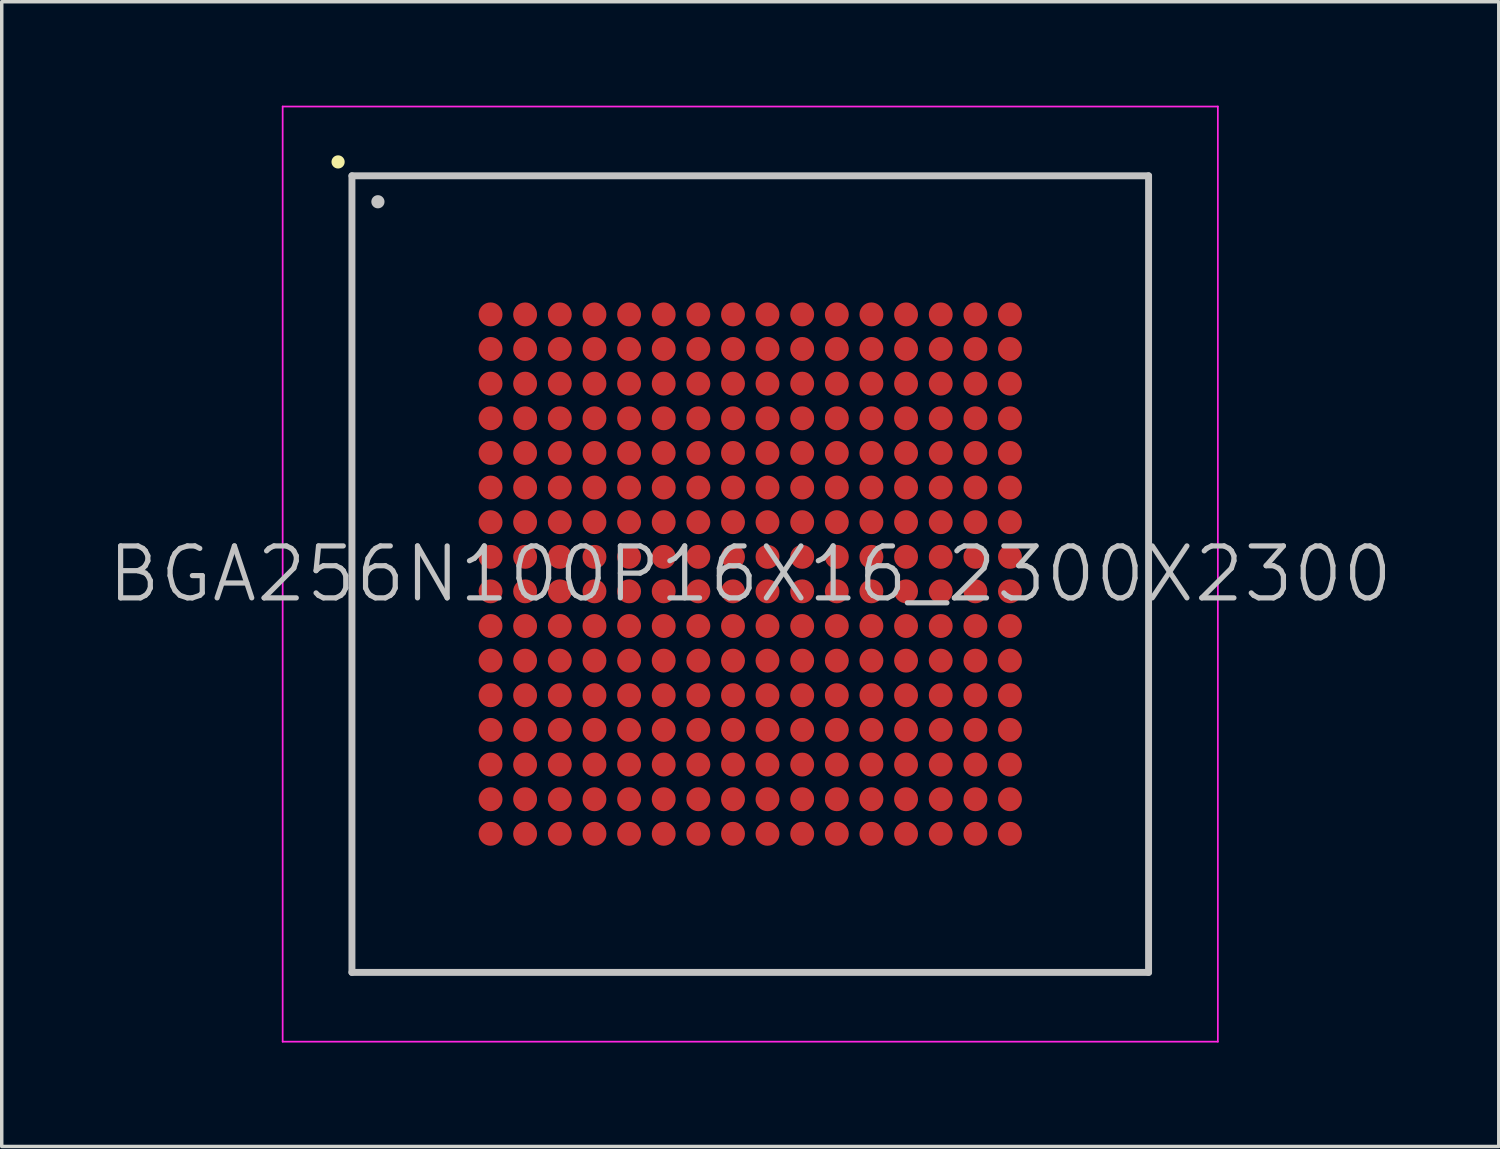
<source format=kicad_pcb>
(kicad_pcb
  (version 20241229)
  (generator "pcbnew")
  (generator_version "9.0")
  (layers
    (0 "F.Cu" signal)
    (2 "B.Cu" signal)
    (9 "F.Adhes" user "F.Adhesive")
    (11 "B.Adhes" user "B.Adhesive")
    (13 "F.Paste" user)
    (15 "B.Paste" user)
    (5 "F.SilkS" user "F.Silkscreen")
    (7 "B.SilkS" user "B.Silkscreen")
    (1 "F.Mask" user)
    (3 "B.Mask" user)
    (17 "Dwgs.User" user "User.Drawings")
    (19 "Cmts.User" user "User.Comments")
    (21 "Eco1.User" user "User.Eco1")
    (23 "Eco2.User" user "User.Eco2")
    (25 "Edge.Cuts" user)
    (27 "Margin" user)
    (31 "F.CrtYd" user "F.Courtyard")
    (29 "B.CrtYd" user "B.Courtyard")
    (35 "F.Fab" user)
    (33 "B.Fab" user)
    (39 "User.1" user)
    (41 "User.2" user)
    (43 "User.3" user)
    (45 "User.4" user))
  (footprint "BGA256N100P16X16_2300X2300"
    (layer "F.Cu")
    (at 18.611 13.525)
    (property "Reference" "BGA256N100P16X16_2300X2300" (at 0 0 0) (layer "Dwgs.User") (effects (font (size 1.5 1.5) (thickness 0.15))))
    (attr smd)
    (fp_line (start -11.9 -11.9) (end -11.9 -11.9) (stroke (width 0.381) (type solid)) (layer "F.SilkS"))
    (fp_line (start -11.5 -11.5) (end -11.5 11.5) (stroke (width 0.2) (type solid)) (layer "Dwgs.User"))
    (fp_line (start -11.5 -11.5) (end 11.5 -11.5) (stroke (width 0.2) (type solid)) (layer "Dwgs.User"))
    (fp_line (start -11.5 11.5) (end 11.5 11.5) (stroke (width 0.2) (type solid)) (layer "Dwgs.User"))
    (fp_line (start -10.75 -10.75) (end -10.75 -10.75) (stroke (width 0.381) (type solid)) (layer "Dwgs.User"))
    (fp_line (start 11.5 -11.5) (end 11.5 11.5) (stroke (width 0.2) (type solid)) (layer "Dwgs.User"))
    (fp_line (start -13.5 -13.5) (end -13.5 13.5) (stroke (width 0.05) (type solid)) (layer "F.CrtYd"))
    (fp_line (start -13.5 -13.5) (end 13.5 -13.5) (stroke (width 0.05) (type solid)) (layer "F.CrtYd"))
    (fp_line (start -13.5 13.5) (end 13.5 13.5) (stroke (width 0.05) (type solid)) (layer "F.CrtYd"))
    (fp_line (start 13.5 -13.5) (end 13.5 13.5) (stroke (width 0.05) (type solid)) (layer "F.CrtYd"))
    (pad "A1" smd circle (at -7.498 -7.498 270) (size 0.69 0.69) (layers "F.Cu" "F.Mask" "F.Paste"))
    (pad "A2" smd circle (at -6.5 -7.498 270) (size 0.69 0.69) (layers "F.Cu" "F.Mask" "F.Paste"))
    (pad "A3" smd circle (at -5.499 -7.498 270) (size 0.69 0.69) (layers "F.Cu" "F.Mask" "F.Paste"))
    (pad "A4" smd circle (at -4.498 -7.498 270) (size 0.69 0.69) (layers "F.Cu" "F.Mask" "F.Paste"))
    (pad "A5" smd circle (at -3.498 -7.498 270) (size 0.69 0.69) (layers "F.Cu" "F.Mask" "F.Paste"))
    (pad "A6" smd circle (at -2.499 -7.498 270) (size 0.69 0.69) (layers "F.Cu" "F.Mask" "F.Paste"))
    (pad "A7" smd circle (at -1.499 -7.498 270) (size 0.69 0.69) (layers "F.Cu" "F.Mask" "F.Paste"))
    (pad "A8" smd circle (at -0.498 -7.498 270) (size 0.69 0.69) (layers "F.Cu" "F.Mask" "F.Paste"))
    (pad "A9" smd circle (at 0.498 -7.498 270) (size 0.69 0.69) (layers "F.Cu" "F.Mask" "F.Paste"))
    (pad "A10" smd circle (at 1.499 -7.498 270) (size 0.69 0.69) (layers "F.Cu" "F.Mask" "F.Paste"))
    (pad "A11" smd circle (at 2.499 -7.498 270) (size 0.69 0.69) (layers "F.Cu" "F.Mask" "F.Paste"))
    (pad "A12" smd circle (at 3.498 -7.498 270) (size 0.69 0.69) (layers "F.Cu" "F.Mask" "F.Paste"))
    (pad "A13" smd circle (at 4.498 -7.498 270) (size 0.69 0.69) (layers "F.Cu" "F.Mask" "F.Paste"))
    (pad "A14" smd circle (at 5.499 -7.498 270) (size 0.69 0.69) (layers "F.Cu" "F.Mask" "F.Paste"))
    (pad "A15" smd circle (at 6.5 -7.498 270) (size 0.69 0.69) (layers "F.Cu" "F.Mask" "F.Paste"))
    (pad "A16" smd circle (at 7.498 -7.498 270) (size 0.69 0.69) (layers "F.Cu" "F.Mask" "F.Paste"))
    (pad "B1" smd circle (at -7.498 -6.5 270) (size 0.69 0.69) (layers "F.Cu" "F.Mask" "F.Paste"))
    (pad "B2" smd circle (at -6.5 -6.5 270) (size 0.69 0.69) (layers "F.Cu" "F.Mask" "F.Paste"))
    (pad "B3" smd circle (at -5.499 -6.5 270) (size 0.69 0.69) (layers "F.Cu" "F.Mask" "F.Paste"))
    (pad "B4" smd circle (at -4.498 -6.5 270) (size 0.69 0.69) (layers "F.Cu" "F.Mask" "F.Paste"))
    (pad "B5" smd circle (at -3.498 -6.5 270) (size 0.69 0.69) (layers "F.Cu" "F.Mask" "F.Paste"))
    (pad "B6" smd circle (at -2.499 -6.5 270) (size 0.69 0.69) (layers "F.Cu" "F.Mask" "F.Paste"))
    (pad "B7" smd circle (at -1.499 -6.5 270) (size 0.69 0.69) (layers "F.Cu" "F.Mask" "F.Paste"))
    (pad "B8" smd circle (at -0.498 -6.5 270) (size 0.69 0.69) (layers "F.Cu" "F.Mask" "F.Paste"))
    (pad "B9" smd circle (at 0.498 -6.5 270) (size 0.69 0.69) (layers "F.Cu" "F.Mask" "F.Paste"))
    (pad "B10" smd circle (at 1.499 -6.5 270) (size 0.69 0.69) (layers "F.Cu" "F.Mask" "F.Paste"))
    (pad "B11" smd circle (at 2.499 -6.5 270) (size 0.69 0.69) (layers "F.Cu" "F.Mask" "F.Paste"))
    (pad "B12" smd circle (at 3.498 -6.5 270) (size 0.69 0.69) (layers "F.Cu" "F.Mask" "F.Paste"))
    (pad "B13" smd circle (at 4.498 -6.5 270) (size 0.69 0.69) (layers "F.Cu" "F.Mask" "F.Paste"))
    (pad "B14" smd circle (at 5.499 -6.5 270) (size 0.69 0.69) (layers "F.Cu" "F.Mask" "F.Paste"))
    (pad "B15" smd circle (at 6.5 -6.5 270) (size 0.69 0.69) (layers "F.Cu" "F.Mask" "F.Paste"))
    (pad "B16" smd circle (at 7.498 -6.5 270) (size 0.69 0.69) (layers "F.Cu" "F.Mask" "F.Paste"))
    (pad "C1" smd circle (at -7.498 -5.499 270) (size 0.69 0.69) (layers "F.Cu" "F.Mask" "F.Paste"))
    (pad "C2" smd circle (at -6.5 -5.499 270) (size 0.69 0.69) (layers "F.Cu" "F.Mask" "F.Paste"))
    (pad "C3" smd circle (at -5.499 -5.499 270) (size 0.69 0.69) (layers "F.Cu" "F.Mask" "F.Paste"))
    (pad "C4" smd circle (at -4.498 -5.499 270) (size 0.69 0.69) (layers "F.Cu" "F.Mask" "F.Paste"))
    (pad "C5" smd circle (at -3.498 -5.499 270) (size 0.69 0.69) (layers "F.Cu" "F.Mask" "F.Paste"))
    (pad "C6" smd circle (at -2.499 -5.499 270) (size 0.69 0.69) (layers "F.Cu" "F.Mask" "F.Paste"))
    (pad "C7" smd circle (at -1.499 -5.499 270) (size 0.69 0.69) (layers "F.Cu" "F.Mask" "F.Paste"))
    (pad "C8" smd circle (at -0.498 -5.499 270) (size 0.69 0.69) (layers "F.Cu" "F.Mask" "F.Paste"))
    (pad "C9" smd circle (at 0.498 -5.499 270) (size 0.69 0.69) (layers "F.Cu" "F.Mask" "F.Paste"))
    (pad "C10" smd circle (at 1.499 -5.499 270) (size 0.69 0.69) (layers "F.Cu" "F.Mask" "F.Paste"))
    (pad "C11" smd circle (at 2.499 -5.499 270) (size 0.69 0.69) (layers "F.Cu" "F.Mask" "F.Paste"))
    (pad "C12" smd circle (at 3.498 -5.499 270) (size 0.69 0.69) (layers "F.Cu" "F.Mask" "F.Paste"))
    (pad "C13" smd circle (at 4.498 -5.499 270) (size 0.69 0.69) (layers "F.Cu" "F.Mask" "F.Paste"))
    (pad "C14" smd circle (at 5.499 -5.499 270) (size 0.69 0.69) (layers "F.Cu" "F.Mask" "F.Paste"))
    (pad "C15" smd circle (at 6.5 -5.499 270) (size 0.69 0.69) (layers "F.Cu" "F.Mask" "F.Paste"))
    (pad "C16" smd circle (at 7.498 -5.499 270) (size 0.69 0.69) (layers "F.Cu" "F.Mask" "F.Paste"))
    (pad "D1" smd circle (at -7.498 -4.498 270) (size 0.69 0.69) (layers "F.Cu" "F.Mask" "F.Paste"))
    (pad "D2" smd circle (at -6.5 -4.498 270) (size 0.69 0.69) (layers "F.Cu" "F.Mask" "F.Paste"))
    (pad "D3" smd circle (at -5.499 -4.498 270) (size 0.69 0.69) (layers "F.Cu" "F.Mask" "F.Paste"))
    (pad "D4" smd circle (at -4.498 -4.498 270) (size 0.69 0.69) (layers "F.Cu" "F.Mask" "F.Paste"))
    (pad "D5" smd circle (at -3.498 -4.498 270) (size 0.69 0.69) (layers "F.Cu" "F.Mask" "F.Paste"))
    (pad "D6" smd circle (at -2.499 -4.498 270) (size 0.69 0.69) (layers "F.Cu" "F.Mask" "F.Paste"))
    (pad "D7" smd circle (at -1.499 -4.498 270) (size 0.69 0.69) (layers "F.Cu" "F.Mask" "F.Paste"))
    (pad "D8" smd circle (at -0.498 -4.498 270) (size 0.69 0.69) (layers "F.Cu" "F.Mask" "F.Paste"))
    (pad "D9" smd circle (at 0.498 -4.498 270) (size 0.69 0.69) (layers "F.Cu" "F.Mask" "F.Paste"))
    (pad "D10" smd circle (at 1.499 -4.498 270) (size 0.69 0.69) (layers "F.Cu" "F.Mask" "F.Paste"))
    (pad "D11" smd circle (at 2.499 -4.498 270) (size 0.69 0.69) (layers "F.Cu" "F.Mask" "F.Paste"))
    (pad "D12" smd circle (at 3.498 -4.498 270) (size 0.69 0.69) (layers "F.Cu" "F.Mask" "F.Paste"))
    (pad "D13" smd circle (at 4.498 -4.498 270) (size 0.69 0.69) (layers "F.Cu" "F.Mask" "F.Paste"))
    (pad "D14" smd circle (at 5.499 -4.498 270) (size 0.69 0.69) (layers "F.Cu" "F.Mask" "F.Paste"))
    (pad "D15" smd circle (at 6.5 -4.498 270) (size 0.69 0.69) (layers "F.Cu" "F.Mask" "F.Paste"))
    (pad "D16" smd circle (at 7.498 -4.498 270) (size 0.69 0.69) (layers "F.Cu" "F.Mask" "F.Paste"))
    (pad "E1" smd circle (at -7.498 -3.498 270) (size 0.69 0.69) (layers "F.Cu" "F.Mask" "F.Paste"))
    (pad "E2" smd circle (at -6.5 -3.498 270) (size 0.69 0.69) (layers "F.Cu" "F.Mask" "F.Paste"))
    (pad "E3" smd circle (at -5.499 -3.498 270) (size 0.69 0.69) (layers "F.Cu" "F.Mask" "F.Paste"))
    (pad "E4" smd circle (at -4.498 -3.498 270) (size 0.69 0.69) (layers "F.Cu" "F.Mask" "F.Paste"))
    (pad "E5" smd circle (at -3.498 -3.498 270) (size 0.69 0.69) (layers "F.Cu" "F.Mask" "F.Paste"))
    (pad "E6" smd circle (at -2.499 -3.498 270) (size 0.69 0.69) (layers "F.Cu" "F.Mask" "F.Paste"))
    (pad "E7" smd circle (at -1.499 -3.498 270) (size 0.69 0.69) (layers "F.Cu" "F.Mask" "F.Paste"))
    (pad "E8" smd circle (at -0.498 -3.498 270) (size 0.69 0.69) (layers "F.Cu" "F.Mask" "F.Paste"))
    (pad "E9" smd circle (at 0.498 -3.498 270) (size 0.69 0.69) (layers "F.Cu" "F.Mask" "F.Paste"))
    (pad "E10" smd circle (at 1.499 -3.498 270) (size 0.69 0.69) (layers "F.Cu" "F.Mask" "F.Paste"))
    (pad "E11" smd circle (at 2.499 -3.498 270) (size 0.69 0.69) (layers "F.Cu" "F.Mask" "F.Paste"))
    (pad "E12" smd circle (at 3.498 -3.498 270) (size 0.69 0.69) (layers "F.Cu" "F.Mask" "F.Paste"))
    (pad "E13" smd circle (at 4.498 -3.498 270) (size 0.69 0.69) (layers "F.Cu" "F.Mask" "F.Paste"))
    (pad "E14" smd circle (at 5.499 -3.498 270) (size 0.69 0.69) (layers "F.Cu" "F.Mask" "F.Paste"))
    (pad "E15" smd circle (at 6.5 -3.498 270) (size 0.69 0.69) (layers "F.Cu" "F.Mask" "F.Paste"))
    (pad "E16" smd circle (at 7.498 -3.498 270) (size 0.69 0.69) (layers "F.Cu" "F.Mask" "F.Paste"))
    (pad "F1" smd circle (at -7.498 -2.499 270) (size 0.69 0.69) (layers "F.Cu" "F.Mask" "F.Paste"))
    (pad "F2" smd circle (at -6.5 -2.499 270) (size 0.69 0.69) (layers "F.Cu" "F.Mask" "F.Paste"))
    (pad "F3" smd circle (at -5.499 -2.499 270) (size 0.69 0.69) (layers "F.Cu" "F.Mask" "F.Paste"))
    (pad "F4" smd circle (at -4.498 -2.499 270) (size 0.69 0.69) (layers "F.Cu" "F.Mask" "F.Paste"))
    (pad "F5" smd circle (at -3.498 -2.499 270) (size 0.69 0.69) (layers "F.Cu" "F.Mask" "F.Paste"))
    (pad "F6" smd circle (at -2.499 -2.499 270) (size 0.69 0.69) (layers "F.Cu" "F.Mask" "F.Paste"))
    (pad "F7" smd circle (at -1.499 -2.499 270) (size 0.69 0.69) (layers "F.Cu" "F.Mask" "F.Paste"))
    (pad "F8" smd circle (at -0.498 -2.499 270) (size 0.69 0.69) (layers "F.Cu" "F.Mask" "F.Paste"))
    (pad "F9" smd circle (at 0.498 -2.499 270) (size 0.69 0.69) (layers "F.Cu" "F.Mask" "F.Paste"))
    (pad "F10" smd circle (at 1.499 -2.499 270) (size 0.69 0.69) (layers "F.Cu" "F.Mask" "F.Paste"))
    (pad "F11" smd circle (at 2.499 -2.499 270) (size 0.69 0.69) (layers "F.Cu" "F.Mask" "F.Paste"))
    (pad "F12" smd circle (at 3.498 -2.499 270) (size 0.69 0.69) (layers "F.Cu" "F.Mask" "F.Paste"))
    (pad "F13" smd circle (at 4.498 -2.499 270) (size 0.69 0.69) (layers "F.Cu" "F.Mask" "F.Paste"))
    (pad "F14" smd circle (at 5.499 -2.499 270) (size 0.69 0.69) (layers "F.Cu" "F.Mask" "F.Paste"))
    (pad "F15" smd circle (at 6.5 -2.499 270) (size 0.69 0.69) (layers "F.Cu" "F.Mask" "F.Paste"))
    (pad "F16" smd circle (at 7.498 -2.499 270) (size 0.69 0.69) (layers "F.Cu" "F.Mask" "F.Paste"))
    (pad "G1" smd circle (at -7.498 -1.499 270) (size 0.69 0.69) (layers "F.Cu" "F.Mask" "F.Paste"))
    (pad "G2" smd circle (at -6.5 -1.499 270) (size 0.69 0.69) (layers "F.Cu" "F.Mask" "F.Paste"))
    (pad "G3" smd circle (at -5.499 -1.499 270) (size 0.69 0.69) (layers "F.Cu" "F.Mask" "F.Paste"))
    (pad "G4" smd circle (at -4.498 -1.499 270) (size 0.69 0.69) (layers "F.Cu" "F.Mask" "F.Paste"))
    (pad "G5" smd circle (at -3.498 -1.499 270) (size 0.69 0.69) (layers "F.Cu" "F.Mask" "F.Paste"))
    (pad "G6" smd circle (at -2.499 -1.499 270) (size 0.69 0.69) (layers "F.Cu" "F.Mask" "F.Paste"))
    (pad "G7" smd circle (at -1.499 -1.499 270) (size 0.69 0.69) (layers "F.Cu" "F.Mask" "F.Paste"))
    (pad "G8" smd circle (at -0.498 -1.499 270) (size 0.69 0.69) (layers "F.Cu" "F.Mask" "F.Paste"))
    (pad "G9" smd circle (at 0.498 -1.499 270) (size 0.69 0.69) (layers "F.Cu" "F.Mask" "F.Paste"))
    (pad "G10" smd circle (at 1.499 -1.499 270) (size 0.69 0.69) (layers "F.Cu" "F.Mask" "F.Paste"))
    (pad "G11" smd circle (at 2.499 -1.499 270) (size 0.69 0.69) (layers "F.Cu" "F.Mask" "F.Paste"))
    (pad "G12" smd circle (at 3.498 -1.499 270) (size 0.69 0.69) (layers "F.Cu" "F.Mask" "F.Paste"))
    (pad "G13" smd circle (at 4.498 -1.499 270) (size 0.69 0.69) (layers "F.Cu" "F.Mask" "F.Paste"))
    (pad "G14" smd circle (at 5.499 -1.499 270) (size 0.69 0.69) (layers "F.Cu" "F.Mask" "F.Paste"))
    (pad "G15" smd circle (at 6.5 -1.499 270) (size 0.69 0.69) (layers "F.Cu" "F.Mask" "F.Paste"))
    (pad "G16" smd circle (at 7.498 -1.499 270) (size 0.69 0.69) (layers "F.Cu" "F.Mask" "F.Paste"))
    (pad "H1" smd circle (at -7.498 -0.498 270) (size 0.69 0.69) (layers "F.Cu" "F.Mask" "F.Paste"))
    (pad "H2" smd circle (at -6.5 -0.498 270) (size 0.69 0.69) (layers "F.Cu" "F.Mask" "F.Paste"))
    (pad "H3" smd circle (at -5.499 -0.498 270) (size 0.69 0.69) (layers "F.Cu" "F.Mask" "F.Paste"))
    (pad "H4" smd circle (at -4.498 -0.498 270) (size 0.69 0.69) (layers "F.Cu" "F.Mask" "F.Paste"))
    (pad "H5" smd circle (at -3.498 -0.498 270) (size 0.69 0.69) (layers "F.Cu" "F.Mask" "F.Paste"))
    (pad "H6" smd circle (at -2.499 -0.498 270) (size 0.69 0.69) (layers "F.Cu" "F.Mask" "F.Paste"))
    (pad "H7" smd circle (at -1.499 -0.498 270) (size 0.69 0.69) (layers "F.Cu" "F.Mask" "F.Paste"))
    (pad "H8" smd circle (at -0.498 -0.498 270) (size 0.69 0.69) (layers "F.Cu" "F.Mask" "F.Paste"))
    (pad "H9" smd circle (at 0.498 -0.498 270) (size 0.69 0.69) (layers "F.Cu" "F.Mask" "F.Paste"))
    (pad "H10" smd circle (at 1.499 -0.498 270) (size 0.69 0.69) (layers "F.Cu" "F.Mask" "F.Paste"))
    (pad "H11" smd circle (at 2.499 -0.498 270) (size 0.69 0.69) (layers "F.Cu" "F.Mask" "F.Paste"))
    (pad "H12" smd circle (at 3.498 -0.498 270) (size 0.69 0.69) (layers "F.Cu" "F.Mask" "F.Paste"))
    (pad "H13" smd circle (at 4.498 -0.498 270) (size 0.69 0.69) (layers "F.Cu" "F.Mask" "F.Paste"))
    (pad "H14" smd circle (at 5.499 -0.498 270) (size 0.69 0.69) (layers "F.Cu" "F.Mask" "F.Paste"))
    (pad "H15" smd circle (at 6.5 -0.498 270) (size 0.69 0.69) (layers "F.Cu" "F.Mask" "F.Paste"))
    (pad "H16" smd circle (at 7.498 -0.498 270) (size 0.69 0.69) (layers "F.Cu" "F.Mask" "F.Paste"))
    (pad "J1" smd circle (at -7.498 0.498 270) (size 0.69 0.69) (layers "F.Cu" "F.Mask" "F.Paste"))
    (pad "J2" smd circle (at -6.5 0.498 270) (size 0.69 0.69) (layers "F.Cu" "F.Mask" "F.Paste"))
    (pad "J3" smd circle (at -5.499 0.498 270) (size 0.69 0.69) (layers "F.Cu" "F.Mask" "F.Paste"))
    (pad "J4" smd circle (at -4.498 0.498 270) (size 0.69 0.69) (layers "F.Cu" "F.Mask" "F.Paste"))
    (pad "J5" smd circle (at -3.498 0.498 270) (size 0.69 0.69) (layers "F.Cu" "F.Mask" "F.Paste"))
    (pad "J6" smd circle (at -2.499 0.498 270) (size 0.69 0.69) (layers "F.Cu" "F.Mask" "F.Paste"))
    (pad "J7" smd circle (at -1.499 0.498 270) (size 0.69 0.69) (layers "F.Cu" "F.Mask" "F.Paste"))
    (pad "J8" smd circle (at -0.498 0.498 270) (size 0.69 0.69) (layers "F.Cu" "F.Mask" "F.Paste"))
    (pad "J9" smd circle (at 0.498 0.498 270) (size 0.69 0.69) (layers "F.Cu" "F.Mask" "F.Paste"))
    (pad "J10" smd circle (at 1.499 0.498 270) (size 0.69 0.69) (layers "F.Cu" "F.Mask" "F.Paste"))
    (pad "J11" smd circle (at 2.499 0.498 270) (size 0.69 0.69) (layers "F.Cu" "F.Mask" "F.Paste"))
    (pad "J12" smd circle (at 3.498 0.498 270) (size 0.69 0.69) (layers "F.Cu" "F.Mask" "F.Paste"))
    (pad "J13" smd circle (at 4.498 0.498 270) (size 0.69 0.69) (layers "F.Cu" "F.Mask" "F.Paste"))
    (pad "J14" smd circle (at 5.499 0.498 270) (size 0.69 0.69) (layers "F.Cu" "F.Mask" "F.Paste"))
    (pad "J15" smd circle (at 6.5 0.498 270) (size 0.69 0.69) (layers "F.Cu" "F.Mask" "F.Paste"))
    (pad "J16" smd circle (at 7.498 0.498 270) (size 0.69 0.69) (layers "F.Cu" "F.Mask" "F.Paste"))
    (pad "K1" smd circle (at -7.498 1.499 270) (size 0.69 0.69) (layers "F.Cu" "F.Mask" "F.Paste"))
    (pad "K2" smd circle (at -6.5 1.499 270) (size 0.69 0.69) (layers "F.Cu" "F.Mask" "F.Paste"))
    (pad "K3" smd circle (at -5.499 1.499 270) (size 0.69 0.69) (layers "F.Cu" "F.Mask" "F.Paste"))
    (pad "K4" smd circle (at -4.498 1.499 270) (size 0.69 0.69) (layers "F.Cu" "F.Mask" "F.Paste"))
    (pad "K5" smd circle (at -3.498 1.499 270) (size 0.69 0.69) (layers "F.Cu" "F.Mask" "F.Paste"))
    (pad "K6" smd circle (at -2.499 1.499 270) (size 0.69 0.69) (layers "F.Cu" "F.Mask" "F.Paste"))
    (pad "K7" smd circle (at -1.499 1.499 270) (size 0.69 0.69) (layers "F.Cu" "F.Mask" "F.Paste"))
    (pad "K8" smd circle (at -0.498 1.499 270) (size 0.69 0.69) (layers "F.Cu" "F.Mask" "F.Paste"))
    (pad "K9" smd circle (at 0.498 1.499 270) (size 0.69 0.69) (layers "F.Cu" "F.Mask" "F.Paste"))
    (pad "K10" smd circle (at 1.499 1.499 270) (size 0.69 0.69) (layers "F.Cu" "F.Mask" "F.Paste"))
    (pad "K11" smd circle (at 2.499 1.499 270) (size 0.69 0.69) (layers "F.Cu" "F.Mask" "F.Paste"))
    (pad "K12" smd circle (at 3.498 1.499 270) (size 0.69 0.69) (layers "F.Cu" "F.Mask" "F.Paste"))
    (pad "K13" smd circle (at 4.498 1.499 270) (size 0.69 0.69) (layers "F.Cu" "F.Mask" "F.Paste"))
    (pad "K14" smd circle (at 5.499 1.499 270) (size 0.69 0.69) (layers "F.Cu" "F.Mask" "F.Paste"))
    (pad "K15" smd circle (at 6.5 1.499 270) (size 0.69 0.69) (layers "F.Cu" "F.Mask" "F.Paste"))
    (pad "K16" smd circle (at 7.498 1.499 270) (size 0.69 0.69) (layers "F.Cu" "F.Mask" "F.Paste"))
    (pad "L1" smd circle (at -7.498 2.499 270) (size 0.69 0.69) (layers "F.Cu" "F.Mask" "F.Paste"))
    (pad "L2" smd circle (at -6.5 2.499 270) (size 0.69 0.69) (layers "F.Cu" "F.Mask" "F.Paste"))
    (pad "L3" smd circle (at -5.499 2.499 270) (size 0.69 0.69) (layers "F.Cu" "F.Mask" "F.Paste"))
    (pad "L4" smd circle (at -4.498 2.499 270) (size 0.69 0.69) (layers "F.Cu" "F.Mask" "F.Paste"))
    (pad "L5" smd circle (at -3.498 2.499 270) (size 0.69 0.69) (layers "F.Cu" "F.Mask" "F.Paste"))
    (pad "L6" smd circle (at -2.499 2.499 270) (size 0.69 0.69) (layers "F.Cu" "F.Mask" "F.Paste"))
    (pad "L7" smd circle (at -1.499 2.499 270) (size 0.69 0.69) (layers "F.Cu" "F.Mask" "F.Paste"))
    (pad "L8" smd circle (at -0.498 2.499 270) (size 0.69 0.69) (layers "F.Cu" "F.Mask" "F.Paste"))
    (pad "L9" smd circle (at 0.498 2.499 270) (size 0.69 0.69) (layers "F.Cu" "F.Mask" "F.Paste"))
    (pad "L10" smd circle (at 1.499 2.499 270) (size 0.69 0.69) (layers "F.Cu" "F.Mask" "F.Paste"))
    (pad "L11" smd circle (at 2.499 2.499 270) (size 0.69 0.69) (layers "F.Cu" "F.Mask" "F.Paste"))
    (pad "L12" smd circle (at 3.498 2.499 270) (size 0.69 0.69) (layers "F.Cu" "F.Mask" "F.Paste"))
    (pad "L13" smd circle (at 4.498 2.499 270) (size 0.69 0.69) (layers "F.Cu" "F.Mask" "F.Paste"))
    (pad "L14" smd circle (at 5.499 2.499 270) (size 0.69 0.69) (layers "F.Cu" "F.Mask" "F.Paste"))
    (pad "L15" smd circle (at 6.5 2.499 270) (size 0.69 0.69) (layers "F.Cu" "F.Mask" "F.Paste"))
    (pad "L16" smd circle (at 7.498 2.499 270) (size 0.69 0.69) (layers "F.Cu" "F.Mask" "F.Paste"))
    (pad "M1" smd circle (at -7.498 3.498 270) (size 0.69 0.69) (layers "F.Cu" "F.Mask" "F.Paste"))
    (pad "M2" smd circle (at -6.5 3.498 270) (size 0.69 0.69) (layers "F.Cu" "F.Mask" "F.Paste"))
    (pad "M3" smd circle (at -5.499 3.498 270) (size 0.69 0.69) (layers "F.Cu" "F.Mask" "F.Paste"))
    (pad "M4" smd circle (at -4.498 3.498 270) (size 0.69 0.69) (layers "F.Cu" "F.Mask" "F.Paste"))
    (pad "M5" smd circle (at -3.498 3.498 270) (size 0.69 0.69) (layers "F.Cu" "F.Mask" "F.Paste"))
    (pad "M6" smd circle (at -2.499 3.498 270) (size 0.69 0.69) (layers "F.Cu" "F.Mask" "F.Paste"))
    (pad "M7" smd circle (at -1.499 3.498 270) (size 0.69 0.69) (layers "F.Cu" "F.Mask" "F.Paste"))
    (pad "M8" smd circle (at -0.498 3.498 270) (size 0.69 0.69) (layers "F.Cu" "F.Mask" "F.Paste"))
    (pad "M9" smd circle (at 0.498 3.498 270) (size 0.69 0.69) (layers "F.Cu" "F.Mask" "F.Paste"))
    (pad "M10" smd circle (at 1.499 3.498 270) (size 0.69 0.69) (layers "F.Cu" "F.Mask" "F.Paste"))
    (pad "M11" smd circle (at 2.499 3.498 270) (size 0.69 0.69) (layers "F.Cu" "F.Mask" "F.Paste"))
    (pad "M12" smd circle (at 3.498 3.498 270) (size 0.69 0.69) (layers "F.Cu" "F.Mask" "F.Paste"))
    (pad "M13" smd circle (at 4.498 3.498 270) (size 0.69 0.69) (layers "F.Cu" "F.Mask" "F.Paste"))
    (pad "M14" smd circle (at 5.499 3.498 270) (size 0.69 0.69) (layers "F.Cu" "F.Mask" "F.Paste"))
    (pad "M15" smd circle (at 6.5 3.498 270) (size 0.69 0.69) (layers "F.Cu" "F.Mask" "F.Paste"))
    (pad "M16" smd circle (at 7.498 3.498 270) (size 0.69 0.69) (layers "F.Cu" "F.Mask" "F.Paste"))
    (pad "N1" smd circle (at -7.498 4.498 270) (size 0.69 0.69) (layers "F.Cu" "F.Mask" "F.Paste"))
    (pad "N2" smd circle (at -6.5 4.498 270) (size 0.69 0.69) (layers "F.Cu" "F.Mask" "F.Paste"))
    (pad "N3" smd circle (at -5.499 4.498 270) (size 0.69 0.69) (layers "F.Cu" "F.Mask" "F.Paste"))
    (pad "N4" smd circle (at -4.498 4.498 270) (size 0.69 0.69) (layers "F.Cu" "F.Mask" "F.Paste"))
    (pad "N5" smd circle (at -3.498 4.498 270) (size 0.69 0.69) (layers "F.Cu" "F.Mask" "F.Paste"))
    (pad "N6" smd circle (at -2.499 4.498 270) (size 0.69 0.69) (layers "F.Cu" "F.Mask" "F.Paste"))
    (pad "N7" smd circle (at -1.499 4.498 270) (size 0.69 0.69) (layers "F.Cu" "F.Mask" "F.Paste"))
    (pad "N8" smd circle (at -0.498 4.498 270) (size 0.69 0.69) (layers "F.Cu" "F.Mask" "F.Paste"))
    (pad "N9" smd circle (at 0.498 4.498 270) (size 0.69 0.69) (layers "F.Cu" "F.Mask" "F.Paste"))
    (pad "N10" smd circle (at 1.499 4.498 270) (size 0.69 0.69) (layers "F.Cu" "F.Mask" "F.Paste"))
    (pad "N11" smd circle (at 2.499 4.498 270) (size 0.69 0.69) (layers "F.Cu" "F.Mask" "F.Paste"))
    (pad "N12" smd circle (at 3.498 4.498 270) (size 0.69 0.69) (layers "F.Cu" "F.Mask" "F.Paste"))
    (pad "N13" smd circle (at 4.498 4.498 270) (size 0.69 0.69) (layers "F.Cu" "F.Mask" "F.Paste"))
    (pad "N14" smd circle (at 5.499 4.498 270) (size 0.69 0.69) (layers "F.Cu" "F.Mask" "F.Paste"))
    (pad "N15" smd circle (at 6.5 4.498 270) (size 0.69 0.69) (layers "F.Cu" "F.Mask" "F.Paste"))
    (pad "N16" smd circle (at 7.498 4.498 270) (size 0.69 0.69) (layers "F.Cu" "F.Mask" "F.Paste"))
    (pad "P1" smd circle (at -7.498 5.499 270) (size 0.69 0.69) (layers "F.Cu" "F.Mask" "F.Paste"))
    (pad "P2" smd circle (at -6.5 5.499 270) (size 0.69 0.69) (layers "F.Cu" "F.Mask" "F.Paste"))
    (pad "P3" smd circle (at -5.499 5.499 270) (size 0.69 0.69) (layers "F.Cu" "F.Mask" "F.Paste"))
    (pad "P4" smd circle (at -4.498 5.499 270) (size 0.69 0.69) (layers "F.Cu" "F.Mask" "F.Paste"))
    (pad "P5" smd circle (at -3.498 5.499 270) (size 0.69 0.69) (layers "F.Cu" "F.Mask" "F.Paste"))
    (pad "P6" smd circle (at -2.499 5.499 270) (size 0.69 0.69) (layers "F.Cu" "F.Mask" "F.Paste"))
    (pad "P7" smd circle (at -1.499 5.499 270) (size 0.69 0.69) (layers "F.Cu" "F.Mask" "F.Paste"))
    (pad "P8" smd circle (at -0.498 5.499 270) (size 0.69 0.69) (layers "F.Cu" "F.Mask" "F.Paste"))
    (pad "P9" smd circle (at 0.498 5.499 270) (size 0.69 0.69) (layers "F.Cu" "F.Mask" "F.Paste"))
    (pad "P10" smd circle (at 1.499 5.499 270) (size 0.69 0.69) (layers "F.Cu" "F.Mask" "F.Paste"))
    (pad "P11" smd circle (at 2.499 5.499 270) (size 0.69 0.69) (layers "F.Cu" "F.Mask" "F.Paste"))
    (pad "P12" smd circle (at 3.498 5.499 270) (size 0.69 0.69) (layers "F.Cu" "F.Mask" "F.Paste"))
    (pad "P13" smd circle (at 4.498 5.499 270) (size 0.69 0.69) (layers "F.Cu" "F.Mask" "F.Paste"))
    (pad "P14" smd circle (at 5.499 5.499 270) (size 0.69 0.69) (layers "F.Cu" "F.Mask" "F.Paste"))
    (pad "P15" smd circle (at 6.5 5.499 270) (size 0.69 0.69) (layers "F.Cu" "F.Mask" "F.Paste"))
    (pad "P16" smd circle (at 7.498 5.499 270) (size 0.69 0.69) (layers "F.Cu" "F.Mask" "F.Paste"))
    (pad "R1" smd circle (at -7.498 6.5 270) (size 0.69 0.69) (layers "F.Cu" "F.Mask" "F.Paste"))
    (pad "R2" smd circle (at -6.5 6.5 270) (size 0.69 0.69) (layers "F.Cu" "F.Mask" "F.Paste"))
    (pad "R3" smd circle (at -5.499 6.5 270) (size 0.69 0.69) (layers "F.Cu" "F.Mask" "F.Paste"))
    (pad "R4" smd circle (at -4.498 6.5 270) (size 0.69 0.69) (layers "F.Cu" "F.Mask" "F.Paste"))
    (pad "R5" smd circle (at -3.498 6.5 270) (size 0.69 0.69) (layers "F.Cu" "F.Mask" "F.Paste"))
    (pad "R6" smd circle (at -2.499 6.5 270) (size 0.69 0.69) (layers "F.Cu" "F.Mask" "F.Paste"))
    (pad "R7" smd circle (at -1.499 6.5 270) (size 0.69 0.69) (layers "F.Cu" "F.Mask" "F.Paste"))
    (pad "R8" smd circle (at -0.498 6.5 270) (size 0.69 0.69) (layers "F.Cu" "F.Mask" "F.Paste"))
    (pad "R9" smd circle (at 0.498 6.5 270) (size 0.69 0.69) (layers "F.Cu" "F.Mask" "F.Paste"))
    (pad "R10" smd circle (at 1.499 6.5 270) (size 0.69 0.69) (layers "F.Cu" "F.Mask" "F.Paste"))
    (pad "R11" smd circle (at 2.499 6.5 270) (size 0.69 0.69) (layers "F.Cu" "F.Mask" "F.Paste"))
    (pad "R12" smd circle (at 3.498 6.5 270) (size 0.69 0.69) (layers "F.Cu" "F.Mask" "F.Paste"))
    (pad "R13" smd circle (at 4.498 6.5 270) (size 0.69 0.69) (layers "F.Cu" "F.Mask" "F.Paste"))
    (pad "R14" smd circle (at 5.499 6.5 270) (size 0.69 0.69) (layers "F.Cu" "F.Mask" "F.Paste"))
    (pad "R15" smd circle (at 6.5 6.5 270) (size 0.69 0.69) (layers "F.Cu" "F.Mask" "F.Paste"))
    (pad "R16" smd circle (at 7.498 6.5 270) (size 0.69 0.69) (layers "F.Cu" "F.Mask" "F.Paste"))
    (pad "T1" smd circle (at -7.498 7.498 270) (size 0.69 0.69) (layers "F.Cu" "F.Mask" "F.Paste"))
    (pad "T2" smd circle (at -6.5 7.498 270) (size 0.69 0.69) (layers "F.Cu" "F.Mask" "F.Paste"))
    (pad "T3" smd circle (at -5.499 7.498 270) (size 0.69 0.69) (layers "F.Cu" "F.Mask" "F.Paste"))
    (pad "T4" smd circle (at -4.498 7.498 270) (size 0.69 0.69) (layers "F.Cu" "F.Mask" "F.Paste"))
    (pad "T5" smd circle (at -3.498 7.498 270) (size 0.69 0.69) (layers "F.Cu" "F.Mask" "F.Paste"))
    (pad "T6" smd circle (at -2.499 7.498 270) (size 0.69 0.69) (layers "F.Cu" "F.Mask" "F.Paste"))
    (pad "T7" smd circle (at -1.499 7.498 270) (size 0.69 0.69) (layers "F.Cu" "F.Mask" "F.Paste"))
    (pad "T8" smd circle (at -0.498 7.498 270) (size 0.69 0.69) (layers "F.Cu" "F.Mask" "F.Paste"))
    (pad "T9" smd circle (at 0.498 7.498 270) (size 0.69 0.69) (layers "F.Cu" "F.Mask" "F.Paste"))
    (pad "T10" smd circle (at 1.499 7.498 270) (size 0.69 0.69) (layers "F.Cu" "F.Mask" "F.Paste"))
    (pad "T11" smd circle (at 2.499 7.498 270) (size 0.69 0.69) (layers "F.Cu" "F.Mask" "F.Paste"))
    (pad "T12" smd circle (at 3.498 7.498 270) (size 0.69 0.69) (layers "F.Cu" "F.Mask" "F.Paste"))
    (pad "T13" smd circle (at 4.498 7.498 270) (size 0.69 0.69) (layers "F.Cu" "F.Mask" "F.Paste"))
    (pad "T14" smd circle (at 5.499 7.498 270) (size 0.69 0.69) (layers "F.Cu" "F.Mask" "F.Paste"))
    (pad "T15" smd circle (at 6.5 7.498 270) (size 0.69 0.69) (layers "F.Cu" "F.Mask" "F.Paste"))
    (pad "T16" smd circle (at 7.498 7.498 270) (size 0.69 0.69) (layers "F.Cu" "F.Mask" "F.Paste")))
  (gr_rect
    (start -3 -3)
    (end 40.221 30.05)
    (stroke (width 0.1) (type default))
    (fill no)
    (layer "Edge.Cuts")))
</source>
